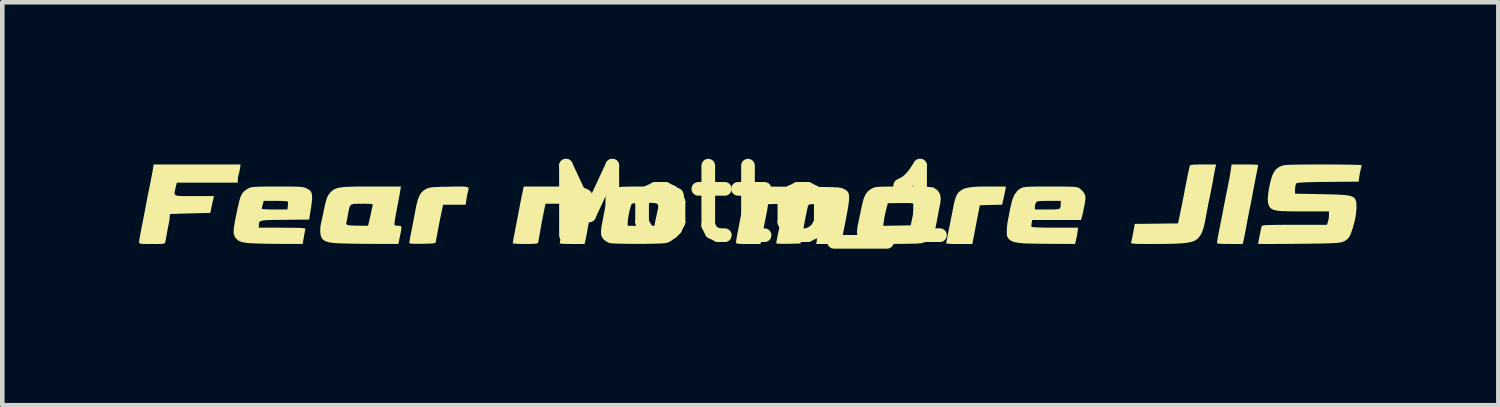
<source format=kicad_pcb>
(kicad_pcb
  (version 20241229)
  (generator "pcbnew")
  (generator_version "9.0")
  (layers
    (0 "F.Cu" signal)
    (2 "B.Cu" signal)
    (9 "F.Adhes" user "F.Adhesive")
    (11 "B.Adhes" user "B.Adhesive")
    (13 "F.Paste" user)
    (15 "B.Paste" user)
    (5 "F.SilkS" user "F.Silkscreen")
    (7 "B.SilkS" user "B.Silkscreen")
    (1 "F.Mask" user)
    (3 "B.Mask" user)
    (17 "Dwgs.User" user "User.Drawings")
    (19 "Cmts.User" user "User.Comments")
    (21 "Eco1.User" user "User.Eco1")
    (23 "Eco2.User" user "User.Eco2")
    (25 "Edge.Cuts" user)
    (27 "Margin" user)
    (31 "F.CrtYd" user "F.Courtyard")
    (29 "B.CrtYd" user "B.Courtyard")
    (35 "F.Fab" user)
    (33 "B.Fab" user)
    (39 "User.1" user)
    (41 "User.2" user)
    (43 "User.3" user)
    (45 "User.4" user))
  (footprint "Motto_1"
    (layer "F.Cu")
    (at 13.425 1.418)
    (property "Reference" "Motto_1" (at 0 0 0) (layer "F.SilkS") (effects (font (size 1.524 1.524) (thickness 0.3))))
    (attr board_only exclude_from_pos_files exclude_from_bom)
    (fp_poly (pts (xy 5.574 -0.32) (xy 5.564 -0.27) (xy 5.549 -0.196) (xy 5.533 -0.121) (xy 5.5 0.02) (xy 5.012 0.032) (xy 4.995 0.116) (xy 4.98 0.19) (xy 4.964 0.275) (xy 4.958 0.305) (xy 4.881 0.707) (xy 4.873 0.751) (xy 4.847 0.882) (xy 4.554 0.882) (xy 4.436 0.882) (xy 4.354 0.88) (xy 4.303 0.875) (xy 4.277 0.868) (xy 4.271 0.857) (xy 4.272 0.852) (xy 4.283 0.813) (xy 4.295 0.753) (xy 4.297 0.742) (xy 4.309 0.678) (xy 4.325 0.593) (xy 4.34 0.525) (xy 4.356 0.446) (xy 4.377 0.342) (xy 4.399 0.227) (xy 4.415 0.147) (xy 4.441 0.013) (xy 4.466 -0.086) (xy 4.49 -0.159) (xy 4.516 -0.211) (xy 4.548 -0.252) (xy 4.562 -0.266) (xy 4.611 -0.303) (xy 4.669 -0.332) (xy 4.743 -0.352) (xy 4.837 -0.366) (xy 4.96 -0.374) (xy 5.115 -0.378) (xy 5.198 -0.378) (xy 5.583 -0.378)) (stroke (width 0) (type solid)) (fill yes) (layer "F.SilkS"))
    (fp_poly (pts (xy 10.928 -0.861) (xy 11.016 -0.859) (xy 11.08 -0.855) (xy 11.112 -0.852) (xy 11.114 -0.85) (xy 11.11 -0.827) (xy 11.1 -0.77) (xy 11.084 -0.688) (xy 11.065 -0.589) (xy 11.061 -0.572) (xy 11.039 -0.457) (xy 11.017 -0.344) (xy 10.999 -0.246) (xy 10.986 -0.179) (xy 10.969 -0.085) (xy 10.948 0.021) (xy 10.935 0.084) (xy 10.919 0.161) (xy 10.899 0.265) (xy 10.877 0.381) (xy 10.86 0.473) (xy 10.84 0.579) (xy 10.821 0.678) (xy 10.805 0.757) (xy 10.795 0.804) (xy 10.776 0.882) (xy 10.493 0.882) (xy 10.372 0.881) (xy 10.289 0.878) (xy 10.238 0.872) (xy 10.214 0.862) (xy 10.212 0.856) (xy 10.216 0.821) (xy 10.226 0.758) (xy 10.244 0.662) (xy 10.27 0.531) (xy 10.292 0.42) (xy 10.313 0.314) (xy 10.334 0.209) (xy 10.35 0.121) (xy 10.357 0.084) (xy 10.371 0.013) (xy 10.39 -0.084) (xy 10.411 -0.192) (xy 10.423 -0.252) (xy 10.454 -0.4) (xy 10.477 -0.517) (xy 10.494 -0.611) (xy 10.507 -0.692) (xy 10.518 -0.762) (xy 10.531 -0.861) (xy 10.823 -0.861)) (stroke (width 0) (type solid)) (fill yes) (layer "F.SilkS"))
    (fp_poly (pts (xy -6.289 -0.376) (xy -6.239 -0.369) (xy -6.211 -0.357) (xy -6.2 -0.337) (xy -6.203 -0.308) (xy -6.212 -0.269) (xy -6.217 -0.252) (xy -6.232 -0.184) (xy -6.246 -0.103) (xy -6.25 -0.079) (xy -6.263 0.021) (xy -6.758 0.021) (xy -6.795 0.194) (xy -6.815 0.291) (xy -6.835 0.388) (xy -6.85 0.465) (xy -6.852 0.473) (xy -6.868 0.562) (xy -6.887 0.658) (xy -6.891 0.683) (xy -6.904 0.753) (xy -6.914 0.811) (xy -6.917 0.83) (xy -6.922 0.847) (xy -6.936 0.859) (xy -6.965 0.867) (xy -7.016 0.872) (xy -7.097 0.875) (xy -7.212 0.878) (xy -7.337 0.879) (xy -7.424 0.877) (xy -7.477 0.872) (xy -7.499 0.863) (xy -7.5 0.859) (xy -7.496 0.83) (xy -7.486 0.769) (xy -7.47 0.683) (xy -7.45 0.583) (xy -7.448 0.57) (xy -7.425 0.455) (xy -7.403 0.342) (xy -7.385 0.245) (xy -7.373 0.179) (xy -7.343 0.027) (xy -7.313 -0.088) (xy -7.279 -0.175) (xy -7.239 -0.24) (xy -7.189 -0.288) (xy -7.136 -0.321) (xy -7.103 -0.337) (xy -7.068 -0.349) (xy -7.025 -0.358) (xy -6.967 -0.364) (xy -6.888 -0.368) (xy -6.78 -0.372) (xy -6.637 -0.374) (xy -6.623 -0.374) (xy -6.476 -0.377) (xy -6.366 -0.378)) (stroke (width 0) (type solid)) (fill yes) (layer "F.SilkS"))
    (fp_poly (pts (xy 10.179 -0.804) (xy 10.167 -0.749) (xy 10.153 -0.674) (xy 10.146 -0.636) (xy 10.121 -0.494) (xy 10.099 -0.378) (xy 10.079 -0.274) (xy 10.058 -0.167) (xy 10.047 -0.116) (xy 10.024 -0.006) (xy 10.001 0.112) (xy 9.982 0.215) (xy 9.979 0.231) (xy 9.949 0.392) (xy 9.92 0.517) (xy 9.889 0.613) (xy 9.853 0.686) (xy 9.811 0.742) (xy 9.761 0.788) (xy 9.719 0.813) (xy 9.662 0.834) (xy 9.588 0.85) (xy 9.492 0.863) (xy 9.369 0.872) (xy 9.217 0.878) (xy 9.03 0.881) (xy 8.816 0.882) (xy 8.658 0.882) (xy 8.536 0.881) (xy 8.448 0.879) (xy 8.387 0.876) (xy 8.35 0.871) (xy 8.331 0.864) (xy 8.326 0.855) (xy 8.328 0.85) (xy 8.337 0.815) (xy 8.351 0.751) (xy 8.367 0.668) (xy 8.375 0.629) (xy 8.409 0.442) (xy 9.358 0.431) (xy 9.371 0.368) (xy 9.391 0.274) (xy 9.415 0.159) (xy 9.44 0.035) (xy 9.464 -0.086) (xy 9.485 -0.189) (xy 9.498 -0.263) (xy 9.515 -0.352) (xy 9.535 -0.456) (xy 9.557 -0.562) (xy 9.577 -0.663) (xy 9.596 -0.747) (xy 9.609 -0.806) (xy 9.614 -0.825) (xy 9.622 -0.84) (xy 9.642 -0.85) (xy 9.68 -0.856) (xy 9.742 -0.86) (xy 9.836 -0.861) (xy 9.909 -0.861) (xy 10.194 -0.861)) (stroke (width 0) (type solid)) (fill yes) (layer "F.SilkS"))
    (fp_poly (pts (xy -11.211 -0.783) (xy -11.224 -0.711) (xy -11.241 -0.646) (xy -11.242 -0.643) (xy -11.256 -0.576) (xy -11.261 -0.522) (xy -11.261 -0.462) (xy -12.598 -0.462) (xy -12.623 -0.356) (xy -12.638 -0.293) (xy -12.647 -0.247) (xy -12.646 -0.213) (xy -12.63 -0.191) (xy -12.595 -0.177) (xy -12.534 -0.17) (xy -12.445 -0.168) (xy -12.321 -0.168) (xy -12.215 -0.168) (xy -11.782 -0.168) (xy -11.796 -0.11) (xy -11.809 -0.058) (xy -11.825 0.017) (xy -11.837 0.074) (xy -11.863 0.2) (xy -12.303 0.211) (xy -12.434 0.215) (xy -12.55 0.218) (xy -12.644 0.222) (xy -12.712 0.224) (xy -12.745 0.226) (xy -12.747 0.227) (xy -12.751 0.248) (xy -12.753 0.285) (xy -12.757 0.34) (xy -12.769 0.41) (xy -12.772 0.427) (xy -12.787 0.496) (xy -12.804 0.585) (xy -12.816 0.651) (xy -12.83 0.73) (xy -12.842 0.798) (xy -12.849 0.835) (xy -12.854 0.854) (xy -12.866 0.867) (xy -12.891 0.875) (xy -12.936 0.88) (xy -13.008 0.882) (xy -13.114 0.882) (xy -13.142 0.882) (xy -13.255 0.882) (xy -13.334 0.881) (xy -13.383 0.877) (xy -13.41 0.87) (xy -13.422 0.858) (xy -13.425 0.841) (xy -13.425 0.838) (xy -13.421 0.803) (xy -13.41 0.735) (xy -13.393 0.641) (xy -13.372 0.528) (xy -13.351 0.423) (xy -13.325 0.293) (xy -13.301 0.167) (xy -13.28 0.056) (xy -13.263 -0.031) (xy -13.255 -0.074) (xy -13.239 -0.159) (xy -13.223 -0.242) (xy -13.214 -0.284) (xy -13.193 -0.384) (xy -13.17 -0.498) (xy -13.148 -0.613) (xy -13.13 -0.712) (xy -13.12 -0.772) (xy -13.106 -0.861) (xy -11.2 -0.861)) (stroke (width 0) (type solid)) (fill yes) (layer "F.SilkS"))
    (fp_poly (pts (xy -4.187 -0.378) (xy -4.041 -0.377) (xy -3.927 -0.375) (xy -3.839 -0.372) (xy -3.771 -0.367) (xy -3.72 -0.36) (xy -3.68 -0.352) (xy -3.647 -0.342) (xy -3.574 -0.31) (xy -3.522 -0.27) (xy -3.49 -0.216) (xy -3.475 -0.144) (xy -3.478 -0.047) (xy -3.496 0.079) (xy -3.524 0.221) (xy -3.547 0.33) (xy -3.57 0.448) (xy -3.589 0.551) (xy -3.592 0.567) (xy -3.608 0.657) (xy -3.624 0.741) (xy -3.638 0.803) (xy -3.638 0.804) (xy -3.657 0.882) (xy -3.93 0.882) (xy -4.031 0.881) (xy -4.115 0.879) (xy -4.175 0.875) (xy -4.201 0.87) (xy -4.202 0.869) (xy -4.198 0.845) (xy -4.187 0.788) (xy -4.172 0.706) (xy -4.153 0.607) (xy -4.132 0.501) (xy -4.111 0.394) (xy -4.091 0.296) (xy -4.076 0.224) (xy -4.063 0.15) (xy -4.056 0.082) (xy -4.055 0.061) (xy -4.055 0) (xy -4.513 0) (xy -4.547 0.163) (xy -4.575 0.302) (xy -4.6 0.434) (xy -4.625 0.575) (xy -4.644 0.683) (xy -4.657 0.76) (xy -4.669 0.822) (xy -4.676 0.856) (xy -4.676 0.856) (xy -4.692 0.868) (xy -4.736 0.876) (xy -4.811 0.88) (xy -4.923 0.882) (xy -4.957 0.882) (xy -5.059 0.881) (xy -5.144 0.878) (xy -5.204 0.873) (xy -5.23 0.867) (xy -5.231 0.866) (xy -5.227 0.84) (xy -5.217 0.781) (xy -5.201 0.696) (xy -5.181 0.591) (xy -5.169 0.524) (xy -5.145 0.403) (xy -5.123 0.288) (xy -5.104 0.189) (xy -5.09 0.116) (xy -5.086 0.095) (xy -5.073 0.024) (xy -5.054 -0.071) (xy -5.034 -0.171) (xy -5.029 -0.194) (xy -4.991 -0.378) (xy -4.37 -0.378)) (stroke (width 0) (type solid)) (fill yes) (layer "F.SilkS"))
    (fp_poly (pts (xy 3.549 -0.377) (xy 3.719 -0.375) (xy 3.849 -0.371) (xy 3.939 -0.365) (xy 3.99 -0.358) (xy 3.998 -0.355) (xy 4.087 -0.292) (xy 4.138 -0.213) (xy 4.155 -0.114) (xy 4.143 -0.006) (xy 4.127 0.071) (xy 4.109 0.166) (xy 4.097 0.231) (xy 4.072 0.364) (xy 4.052 0.463) (xy 4.035 0.538) (xy 4.017 0.596) (xy 3.997 0.645) (xy 3.985 0.671) (xy 3.921 0.768) (xy 3.837 0.831) (xy 3.748 0.862) (xy 3.701 0.868) (xy 3.619 0.873) (xy 3.51 0.876) (xy 3.381 0.879) (xy 3.24 0.88) (xy 3.093 0.879) (xy 2.947 0.878) (xy 2.811 0.876) (xy 2.69 0.872) (xy 2.592 0.868) (xy 2.525 0.862) (xy 2.5 0.858) (xy 2.415 0.821) (xy 2.359 0.763) (xy 2.33 0.699) (xy 2.321 0.663) (xy 2.317 0.622) (xy 2.32 0.57) (xy 2.331 0.499) (xy 2.333 0.484) (xy 2.894 0.484) (xy 3.195 0.479) (xy 3.496 0.473) (xy 3.542 0.252) (xy 3.564 0.139) (xy 3.574 0.062) (xy 3.572 0.017) (xy 3.566 0.005) (xy 3.544 -0.007) (xy 3.496 -0.014) (xy 3.419 -0.017) (xy 3.305 -0.017) (xy 3.269 -0.016) (xy 2.994 -0.011) (xy 2.959 0.122) (xy 2.936 0.215) (xy 2.917 0.313) (xy 2.909 0.369) (xy 2.894 0.484) (xy 2.333 0.484) (xy 2.349 0.401) (xy 2.374 0.284) (xy 2.387 0.223) (xy 2.405 0.137) (xy 2.425 0.043) (xy 2.429 0.023) (xy 2.462 -0.105) (xy 2.502 -0.199) (xy 2.554 -0.269) (xy 2.623 -0.322) (xy 2.637 -0.33) (xy 2.663 -0.344) (xy 2.689 -0.355) (xy 2.72 -0.363) (xy 2.763 -0.369) (xy 2.821 -0.373) (xy 2.9 -0.375) (xy 3.006 -0.377) (xy 3.142 -0.378) (xy 3.315 -0.378) (xy 3.337 -0.378)) (stroke (width 0) (type solid)) (fill yes) (layer "F.SilkS"))
    (fp_poly (pts (xy -2.101 -0.378) (xy -1.945 -0.376) (xy -1.821 -0.373) (xy -1.726 -0.367) (xy -1.654 -0.358) (xy -1.601 -0.345) (xy -1.563 -0.328) (xy -1.534 -0.306) (xy -1.511 -0.279) (xy -1.505 -0.271) (xy -1.484 -0.216) (xy -1.472 -0.136) (xy -1.471 -0.045) (xy -1.481 0.041) (xy -1.489 0.076) (xy -1.502 0.127) (xy -1.518 0.203) (xy -1.533 0.289) (xy -1.534 0.294) (xy -1.568 0.47) (xy -1.609 0.609) (xy -1.66 0.714) (xy -1.722 0.789) (xy -1.798 0.838) (xy -1.859 0.859) (xy -1.907 0.866) (xy -1.989 0.871) (xy -2.099 0.875) (xy -2.229 0.878) (xy -2.372 0.88) (xy -2.521 0.88) (xy -2.668 0.879) (xy -2.805 0.877) (xy -2.926 0.874) (xy -3.024 0.87) (xy -3.09 0.864) (xy -3.109 0.861) (xy -3.172 0.833) (xy -3.232 0.788) (xy -3.24 0.779) (xy -3.274 0.733) (xy -3.293 0.681) (xy -3.297 0.614) (xy -3.288 0.524) (xy -3.281 0.483) (xy -2.71 0.483) (xy -2.125 0.483) (xy -2.112 0.415) (xy -2.101 0.36) (xy -2.084 0.28) (xy -2.065 0.197) (xy -2.047 0.113) (xy -2.04 0.054) (xy -2.049 0.015) (xy -2.08 -0.007) (xy -2.138 -0.018) (xy -2.228 -0.021) (xy -2.329 -0.021) (xy -2.454 -0.02) (xy -2.542 -0.015) (xy -2.597 -0.007) (xy -2.622 0.006) (xy -2.622 0.006) (xy -2.638 0.041) (xy -2.657 0.106) (xy -2.677 0.188) (xy -2.694 0.275) (xy -2.706 0.355) (xy -2.71 0.415) (xy -2.71 0.483) (xy -3.281 0.483) (xy -3.269 0.414) (xy -3.25 0.316) (xy -3.228 0.201) (xy -3.207 0.092) (xy -3.205 0.084) (xy -3.168 -0.07) (xy -3.122 -0.187) (xy -3.065 -0.273) (xy -2.993 -0.33) (xy -2.993 -0.331) (xy -2.967 -0.344) (xy -2.941 -0.355) (xy -2.91 -0.363) (xy -2.867 -0.369) (xy -2.808 -0.373) (xy -2.728 -0.375) (xy -2.622 -0.377) (xy -2.485 -0.378) (xy -2.311 -0.378) (xy -2.295 -0.378)) (stroke (width 0) (type solid)) (fill yes) (layer "F.SilkS"))
    (fp_poly (pts (xy -7.698 -0.289) (xy -7.711 -0.208) (xy -7.727 -0.121) (xy -7.73 -0.105) (xy -7.763 0.068) (xy -7.789 0.204) (xy -7.807 0.307) (xy -7.819 0.381) (xy -7.824 0.43) (xy -7.825 0.458) (xy -7.822 0.467) (xy -7.797 0.478) (xy -7.747 0.483) (xy -7.738 0.483) (xy -7.706 0.484) (xy -7.684 0.489) (xy -7.674 0.506) (xy -7.673 0.541) (xy -7.682 0.601) (xy -7.7 0.692) (xy -7.715 0.762) (xy -7.74 0.882) (xy -8.371 0.88) (xy -8.538 0.878) (xy -8.699 0.876) (xy -8.847 0.873) (xy -8.975 0.87) (xy -9.076 0.866) (xy -9.143 0.862) (xy -9.152 0.861) (xy -9.258 0.846) (xy -9.332 0.825) (xy -9.384 0.794) (xy -9.422 0.751) (xy -9.443 0.694) (xy -9.453 0.611) (xy -9.45 0.515) (xy -9.438 0.439) (xy -8.882 0.439) (xy -8.872 0.457) (xy -8.842 0.469) (xy -8.787 0.476) (xy -8.7 0.479) (xy -8.609 0.481) (xy -8.405 0.483) (xy -8.385 0.404) (xy -8.369 0.337) (xy -8.35 0.253) (xy -8.342 0.21) (xy -8.326 0.136) (xy -8.312 0.073) (xy -8.306 0.047) (xy -8.302 0.027) (xy -8.307 0.014) (xy -8.328 0.006) (xy -8.372 0.002) (xy -8.445 0.000172) (xy -8.538 0) (xy -8.647 -0.000053) (xy -8.722 0.004) (xy -8.77 0.017) (xy -8.799 0.046) (xy -8.818 0.097) (xy -8.834 0.175) (xy -8.844 0.231) (xy -8.858 0.309) (xy -8.872 0.376) (xy -8.88 0.413) (xy -8.882 0.439) (xy -9.438 0.439) (xy -9.435 0.423) (xy -9.421 0.365) (xy -9.403 0.282) (xy -9.384 0.192) (xy -9.381 0.179) (xy -9.354 0.049) (xy -9.331 -0.046) (xy -9.31 -0.116) (xy -9.288 -0.168) (xy -9.262 -0.209) (xy -9.236 -0.24) (xy -9.201 -0.276) (xy -9.165 -0.305) (xy -9.122 -0.328) (xy -9.068 -0.346) (xy -8.998 -0.359) (xy -8.909 -0.368) (xy -8.794 -0.373) (xy -8.65 -0.377) (xy -8.472 -0.378) (xy -8.327 -0.378) (xy -7.684 -0.378)) (stroke (width 0) (type solid)) (fill yes) (layer "F.SilkS"))
    (fp_poly (pts (xy 6.727 -0.378) (xy 6.862 -0.377) (xy 6.966 -0.375) (xy 7.043 -0.373) (xy 7.099 -0.368) (xy 7.139 -0.362) (xy 7.168 -0.353) (xy 7.191 -0.342) (xy 7.201 -0.336) (xy 7.258 -0.287) (xy 7.302 -0.226) (xy 7.305 -0.221) (xy 7.32 -0.185) (xy 7.328 -0.15) (xy 7.327 -0.106) (xy 7.319 -0.043) (xy 7.302 0.05) (xy 7.3 0.057) (xy 7.282 0.151) (xy 7.264 0.232) (xy 7.25 0.291) (xy 7.245 0.31) (xy 7.228 0.357) (xy 6.161 0.357) (xy 6.148 0.422) (xy 6.142 0.474) (xy 6.146 0.506) (xy 6.146 0.506) (xy 6.17 0.512) (xy 6.229 0.516) (xy 6.319 0.52) (xy 6.433 0.523) (xy 6.565 0.525) (xy 6.662 0.525) (xy 7.167 0.525) (xy 7.153 0.625) (xy 7.14 0.706) (xy 7.124 0.784) (xy 7.119 0.804) (xy 7.099 0.882) (xy 6.57 0.879) (xy 6.421 0.878) (xy 6.282 0.876) (xy 6.16 0.874) (xy 6.061 0.872) (xy 5.993 0.87) (xy 5.967 0.868) (xy 5.857 0.856) (xy 5.779 0.843) (xy 5.724 0.826) (xy 5.683 0.803) (xy 5.663 0.787) (xy 5.628 0.752) (xy 5.61 0.713) (xy 5.603 0.655) (xy 5.602 0.614) (xy 5.606 0.522) (xy 5.617 0.419) (xy 5.626 0.368) (xy 5.643 0.282) (xy 5.663 0.177) (xy 5.673 0.126) (xy 6.219 0.126) (xy 6.49 0.126) (xy 6.603 0.125) (xy 6.682 0.123) (xy 6.732 0.117) (xy 6.76 0.108) (xy 6.772 0.094) (xy 6.773 0.093) (xy 6.783 0.048) (xy 6.786 -0.002) (xy 6.786 -0.063) (xy 6.524 -0.063) (xy 6.414 -0.062) (xy 6.339 -0.06) (xy 6.29 -0.055) (xy 6.262 -0.046) (xy 6.246 -0.031) (xy 6.24 -0.022) (xy 6.223 0.031) (xy 6.219 0.072) (xy 6.219 0.126) (xy 5.673 0.126) (xy 5.683 0.076) (xy 5.684 0.074) (xy 5.721 -0.08) (xy 5.77 -0.197) (xy 5.831 -0.282) (xy 5.894 -0.331) (xy 5.92 -0.344) (xy 5.947 -0.355) (xy 5.98 -0.363) (xy 6.024 -0.369) (xy 6.085 -0.373) (xy 6.168 -0.376) (xy 6.278 -0.377) (xy 6.421 -0.378) (xy 6.555 -0.378)) (stroke (width 0) (type solid)) (fill yes) (layer "F.SilkS"))
    (fp_poly (pts (xy -10.22 -0.378) (xy -10.087 -0.377) (xy -9.986 -0.375) (xy -9.91 -0.372) (xy -9.854 -0.367) (xy -9.813 -0.36) (xy -9.782 -0.351) (xy -9.754 -0.339) (xy -9.747 -0.335) (xy -9.701 -0.309) (xy -9.667 -0.28) (xy -9.645 -0.243) (xy -9.633 -0.192) (xy -9.631 -0.122) (xy -9.639 -0.027) (xy -9.656 0.099) (xy -9.682 0.26) (xy -9.682 0.263) (xy -9.696 0.347) (xy -10.23 0.352) (xy -10.399 0.354) (xy -10.531 0.356) (xy -10.63 0.36) (xy -10.701 0.366) (xy -10.748 0.376) (xy -10.777 0.389) (xy -10.792 0.408) (xy -10.797 0.433) (xy -10.798 0.465) (xy -10.798 0.467) (xy -10.799 0.525) (xy -10.285 0.525) (xy -10.118 0.526) (xy -9.989 0.527) (xy -9.895 0.53) (xy -9.831 0.534) (xy -9.794 0.54) (xy -9.779 0.547) (xy -9.778 0.551) (xy -9.785 0.584) (xy -9.797 0.645) (xy -9.811 0.723) (xy -9.812 0.73) (xy -9.839 0.882) (xy -10.377 0.88) (xy -10.532 0.878) (xy -10.681 0.876) (xy -10.817 0.872) (xy -10.932 0.868) (xy -11.018 0.864) (xy -11.057 0.86) (xy -11.171 0.84) (xy -11.252 0.806) (xy -11.307 0.756) (xy -11.336 0.702) (xy -11.347 0.669) (xy -11.352 0.628) (xy -11.351 0.574) (xy -11.343 0.503) (xy -11.328 0.408) (xy -11.304 0.285) (xy -11.271 0.128) (xy -11.267 0.11) (xy -10.736 0.11) (xy -10.716 0.116) (xy -10.662 0.121) (xy -10.581 0.124) (xy -10.482 0.126) (xy -10.454 0.126) (xy -10.173 0.126) (xy -10.163 0.047) (xy -10.159 -0.008) (xy -10.161 -0.044) (xy -10.162 -0.047) (xy -10.185 -0.053) (xy -10.242 -0.058) (xy -10.324 -0.062) (xy -10.423 -0.063) (xy -10.431 -0.063) (xy -10.692 -0.063) (xy -10.714 0.016) (xy -10.728 0.07) (xy -10.735 0.106) (xy -10.736 0.11) (xy -11.267 0.11) (xy -11.259 0.074) (xy -11.23 -0.055) (xy -11.201 -0.151) (xy -11.168 -0.22) (xy -11.127 -0.271) (xy -11.073 -0.312) (xy -11.015 -0.344) (xy -10.989 -0.355) (xy -10.953 -0.363) (xy -10.903 -0.369) (xy -10.833 -0.373) (xy -10.738 -0.376) (xy -10.613 -0.378) (xy -10.454 -0.378) (xy -10.389 -0.378)) (stroke (width 0) (type solid)) (fill yes) (layer "F.SilkS"))
    (fp_poly (pts (xy 0.92 -0.373) (xy 1.154 -0.372) (xy 1.35 -0.371) (xy 1.512 -0.369) (xy 1.643 -0.367) (xy 1.747 -0.365) (xy 1.828 -0.362) (xy 1.89 -0.358) (xy 1.936 -0.353) (xy 1.97 -0.347) (xy 1.996 -0.339) (xy 2.017 -0.33) (xy 2.027 -0.326) (xy 2.069 -0.303) (xy 2.102 -0.278) (xy 2.125 -0.246) (xy 2.14 -0.204) (xy 2.145 -0.146) (xy 2.142 -0.069) (xy 2.13 0.031) (xy 2.108 0.16) (xy 2.078 0.321) (xy 2.04 0.518) (xy 2.037 0.53) (xy 1.967 0.882) (xy 1.425 0.882) (xy 1.438 0.793) (xy 1.451 0.715) (xy 1.467 0.627) (xy 1.472 0.599) (xy 1.489 0.513) (xy 1.508 0.417) (xy 1.515 0.378) (xy 1.532 0.293) (xy 1.549 0.208) (xy 1.556 0.175) (xy 1.574 0.089) (xy 1.576 0.037) (xy 1.557 0.011) (xy 1.509 0.002) (xy 1.427 0.004) (xy 1.414 0.004) (xy 1.332 0.008) (xy 1.283 0.014) (xy 1.256 0.026) (xy 1.244 0.048) (xy 1.237 0.074) (xy 1.217 0.163) (xy 1.193 0.279) (xy 1.169 0.405) (xy 1.146 0.526) (xy 1.133 0.599) (xy 1.118 0.683) (xy 1.104 0.759) (xy 1.094 0.809) (xy 1.079 0.872) (xy 0.813 0.878) (xy 0.713 0.879) (xy 0.63 0.877) (xy 0.572 0.874) (xy 0.547 0.868) (xy 0.546 0.867) (xy 0.55 0.84) (xy 0.561 0.783) (xy 0.576 0.708) (xy 0.579 0.693) (xy 0.596 0.615) (xy 0.61 0.543) (xy 0.625 0.464) (xy 0.642 0.369) (xy 0.663 0.248) (xy 0.672 0.198) (xy 0.685 0.125) (xy 0.698 0.064) (xy 0.705 0.039) (xy 0.708 0.019) (xy 0.699 0.008) (xy 0.668 0.003) (xy 0.608 0.002) (xy 0.543 0.004) (xy 0.368 0.011) (xy 0.355 0.095) (xy 0.346 0.152) (xy 0.33 0.236) (xy 0.31 0.334) (xy 0.299 0.389) (xy 0.277 0.498) (xy 0.254 0.61) (xy 0.235 0.708) (xy 0.229 0.741) (xy 0.202 0.882) (xy -0.067 0.882) (xy -0.179 0.882) (xy -0.256 0.879) (xy -0.304 0.874) (xy -0.328 0.865) (xy -0.336 0.853) (xy -0.336 0.85) (xy -0.332 0.815) (xy -0.322 0.751) (xy -0.308 0.671) (xy -0.305 0.656) (xy -0.286 0.56) (xy -0.268 0.464) (xy -0.253 0.389) (xy -0.253 0.389) (xy -0.236 0.299) (xy -0.217 0.204) (xy -0.213 0.179) (xy -0.199 0.107) (xy -0.181 0.012) (xy -0.161 -0.087) (xy -0.158 -0.105) (xy -0.14 -0.193) (xy -0.125 -0.269) (xy -0.115 -0.322) (xy -0.113 -0.331) (xy -0.104 -0.379)) (stroke (width 0) (type solid)) (fill yes) (layer "F.SilkS"))
    (fp_poly (pts (xy 12.721 -0.861) (xy 12.891 -0.86) (xy 13.043 -0.858) (xy 13.172 -0.856) (xy 13.274 -0.853) (xy 13.345 -0.85) (xy 13.38 -0.847) (xy 13.383 -0.846) (xy 13.378 -0.816) (xy 13.366 -0.765) (xy 13.364 -0.756) (xy 13.349 -0.688) (xy 13.334 -0.607) (xy 13.331 -0.584) (xy 13.317 -0.485) (xy 12.647 -0.479) (xy 12.446 -0.477) (xy 12.284 -0.474) (xy 12.158 -0.47) (xy 12.065 -0.465) (xy 12.001 -0.46) (xy 11.964 -0.453) (xy 11.951 -0.447) (xy 11.936 -0.411) (xy 11.926 -0.352) (xy 11.924 -0.321) (xy 11.923 -0.221) (xy 12.5 -0.21) (xy 12.694 -0.206) (xy 12.849 -0.201) (xy 12.972 -0.194) (xy 13.066 -0.185) (xy 13.135 -0.172) (xy 13.185 -0.154) (xy 13.219 -0.132) (xy 13.242 -0.104) (xy 13.259 -0.069) (xy 13.269 -0.012) (xy 13.271 0.073) (xy 13.265 0.174) (xy 13.252 0.278) (xy 13.234 0.367) (xy 13.196 0.508) (xy 13.163 0.614) (xy 13.132 0.692) (xy 13.099 0.747) (xy 13.06 0.786) (xy 13.013 0.816) (xy 12.979 0.831) (xy 12.953 0.841) (xy 12.922 0.848) (xy 12.882 0.855) (xy 12.827 0.86) (xy 12.755 0.864) (xy 12.662 0.868) (xy 12.542 0.871) (xy 12.392 0.873) (xy 12.209 0.876) (xy 12.001 0.878) (xy 11.813 0.88) (xy 11.638 0.881) (xy 11.481 0.882) (xy 11.347 0.882) (xy 11.239 0.882) (xy 11.162 0.881) (xy 11.12 0.88) (xy 11.114 0.879) (xy 11.118 0.852) (xy 11.128 0.796) (xy 11.142 0.723) (xy 11.158 0.644) (xy 11.173 0.572) (xy 11.184 0.519) (xy 11.189 0.499) (xy 11.195 0.489) (xy 11.208 0.481) (xy 11.232 0.475) (xy 11.271 0.47) (xy 11.331 0.467) (xy 11.414 0.465) (xy 11.526 0.463) (xy 11.669 0.462) (xy 11.85 0.462) (xy 11.912 0.462) (xy 12.622 0.462) (xy 12.645 0.396) (xy 12.661 0.328) (xy 12.668 0.253) (xy 12.668 0.249) (xy 12.668 0.168) (xy 12.104 0.168) (xy 11.916 0.168) (xy 11.765 0.165) (xy 11.647 0.161) (xy 11.556 0.154) (xy 11.489 0.143) (xy 11.439 0.128) (xy 11.403 0.108) (xy 11.375 0.082) (xy 11.357 0.059) (xy 11.332 -0.009) (xy 11.325 -0.112) (xy 11.338 -0.248) (xy 11.355 -0.353) (xy 11.388 -0.501) (xy 11.422 -0.614) (xy 11.461 -0.697) (xy 11.508 -0.758) (xy 11.568 -0.802) (xy 11.605 -0.821) (xy 11.63 -0.831) (xy 11.658 -0.839) (xy 11.694 -0.846) (xy 11.742 -0.851) (xy 11.807 -0.854) (xy 11.893 -0.857) (xy 12.004 -0.859) (xy 12.144 -0.86) (xy 12.317 -0.861) (xy 12.528 -0.861) (xy 12.537 -0.861)) (stroke (width 0) (type solid)) (fill yes) (layer "F.SilkS")))
  (gr_rect
    (start -3 -3)
    (end 29.807 5.836)
    (stroke (width 0.1) (type default))
    (fill no)
    (layer "Edge.Cuts")))
</source>
